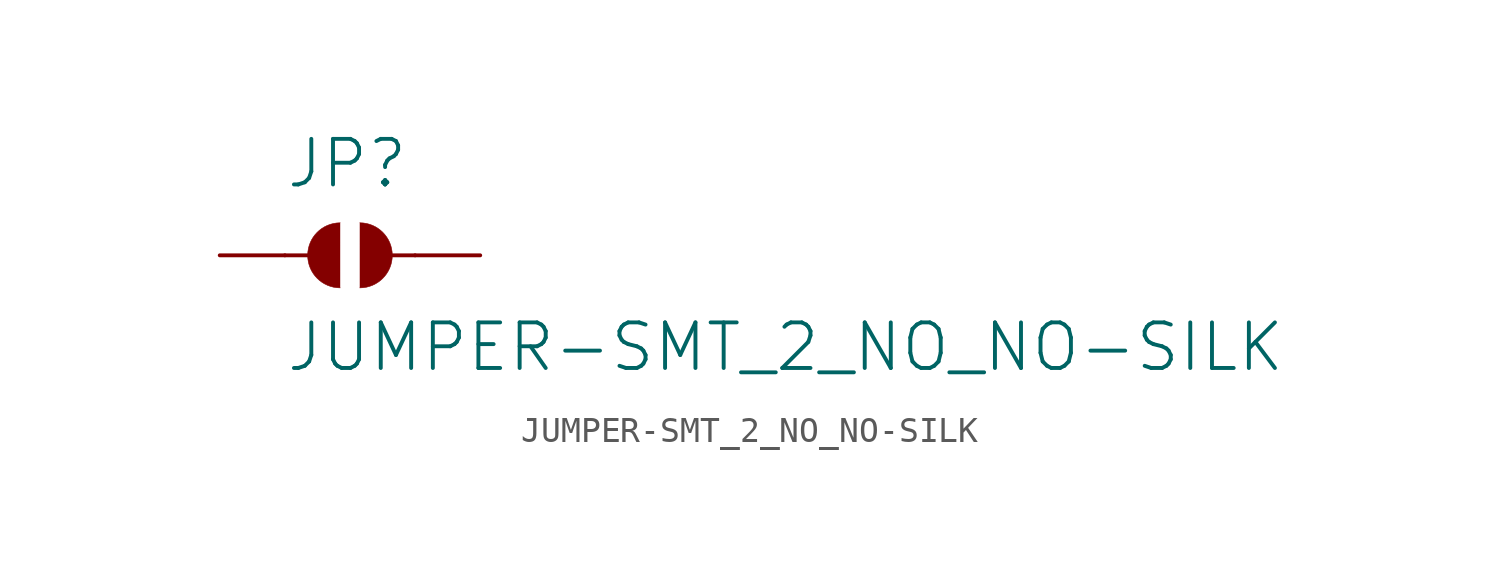
<source format=kicad_sym>
(kicad_symbol_lib
  (version 20220331)
  (generator kicad_symbol_editor)
  (symbol "JUMPER-SMT_2_NO_NO-SILK"
    (property "Reference" "JP"
      (at -2.54 2.54 0)
      (effects (font (size 1.778 1.778)) (justify left bottom)))
    (property "Value" "JUMPER-SMT_2_NO_NO-SILK"
      (at -2.54 -2.54 0)
      (effects (font (size 1.778 1.778)) (justify left top)))
    (property "ki_locked" ""
      (at 0 0 0)
      (effects (font (size 1.27 1.27))))
    (symbol "JUMPER-SMT_2_NO_NO-SILK_1_0"
      (arc (start -0.381 1.2699) (mid -1.6508 0) (end -0.381 -1.2699) (stroke (width 0.0001) (type solid)) (fill (type outline)))
      (polyline (pts (xy -2.54 0) (xy -1.651 0)) (stroke (width 0.152) (type solid)) (fill (type none)))
      (polyline (pts (xy 2.54 0) (xy 1.651 0)) (stroke (width 0.152) (type solid)) (fill (type none)))
      (arc (start 0.381 -1.2699) (mid 1.6508 0) (end 0.381 1.2699) (stroke (width 0.0001) (type solid)) (fill (type outline)))
      (pin passive line (at -5.08 0 0) (length 2.54) (name "1" (effects (font (size 0 0)))) (number "1" (effects (font (size 0 0)))))
      (pin passive line (at 5.08 0 180) (length 2.54) (name "2" (effects (font (size 0 0)))) (number "2" (effects (font (size 0 0))))))))
</source>
